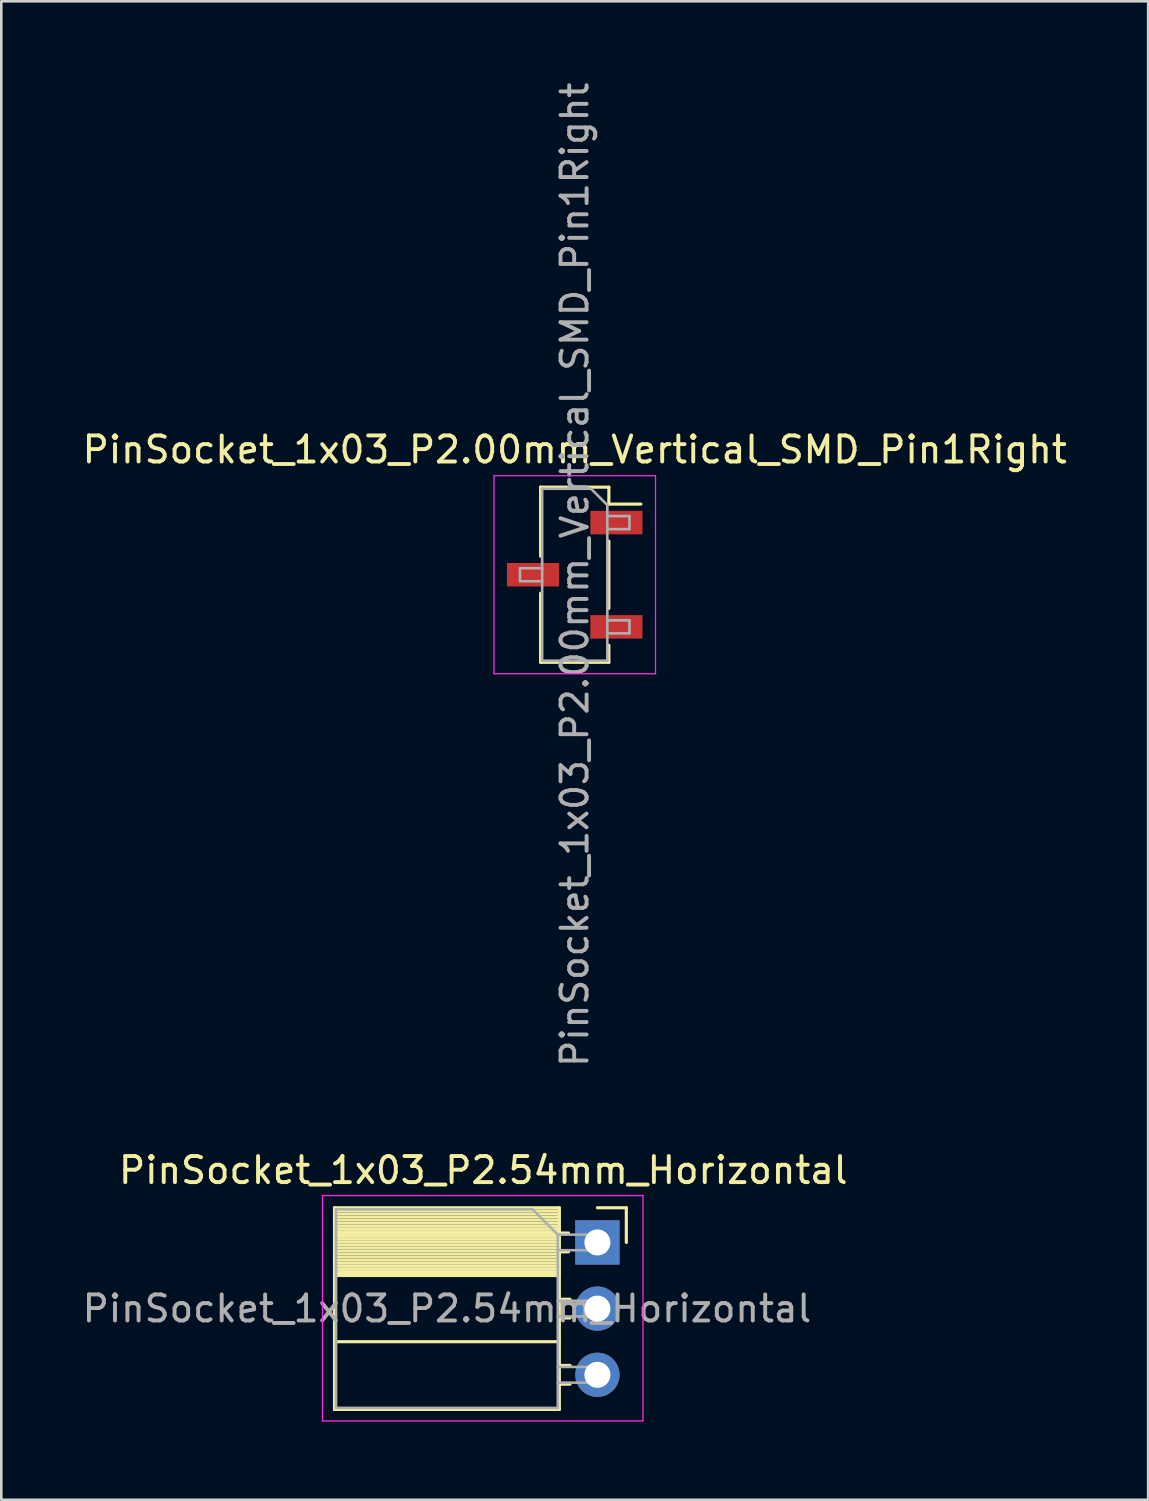
<source format=kicad_pcb>
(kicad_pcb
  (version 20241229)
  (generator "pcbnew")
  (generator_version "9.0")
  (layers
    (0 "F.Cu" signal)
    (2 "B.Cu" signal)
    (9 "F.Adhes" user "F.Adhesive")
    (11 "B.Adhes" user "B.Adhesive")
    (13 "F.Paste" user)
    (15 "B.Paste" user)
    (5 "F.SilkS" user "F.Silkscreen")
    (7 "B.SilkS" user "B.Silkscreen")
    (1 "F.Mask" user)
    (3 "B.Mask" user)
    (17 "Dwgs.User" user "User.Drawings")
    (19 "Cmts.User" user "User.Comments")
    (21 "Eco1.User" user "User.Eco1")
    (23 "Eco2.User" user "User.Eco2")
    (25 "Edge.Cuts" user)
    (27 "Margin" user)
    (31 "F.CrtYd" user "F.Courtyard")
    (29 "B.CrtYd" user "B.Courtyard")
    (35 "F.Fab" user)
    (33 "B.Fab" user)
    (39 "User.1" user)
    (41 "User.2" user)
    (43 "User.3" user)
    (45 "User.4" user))
  (footprint "PinSocket_1x03_P2.54mm_Horizontal"
    (layer "F.Cu")
    (at 19.876 44.63)
    (property "Reference" "PinSocket_1x03_P2.54mm_Horizontal" (at -4.38 -2.77 0) (layer "F.SilkS") (effects (font (size 1 1) (thickness 0.15))))
    (attr through_hole)
    (fp_line (start -10.09 -1.33) (end -10.09 6.41) (stroke (width 0.12) (type solid)) (layer "F.SilkS"))
    (fp_line (start -10.09 -1.33) (end -1.46 -1.33) (stroke (width 0.12) (type solid)) (layer "F.SilkS"))
    (fp_line (start -10.09 -1.21) (end -1.46 -1.21) (stroke (width 0.12) (type solid)) (layer "F.SilkS"))
    (fp_line (start -10.09 -1.092) (end -1.46 -1.092) (stroke (width 0.12) (type solid)) (layer "F.SilkS"))
    (fp_line (start -10.09 -0.974) (end -1.46 -0.974) (stroke (width 0.12) (type solid)) (layer "F.SilkS"))
    (fp_line (start -10.09 -0.856) (end -1.46 -0.856) (stroke (width 0.12) (type solid)) (layer "F.SilkS"))
    (fp_line (start -10.09 -0.738) (end -1.46 -0.738) (stroke (width 0.12) (type solid)) (layer "F.SilkS"))
    (fp_line (start -10.09 -0.62) (end -1.46 -0.62) (stroke (width 0.12) (type solid)) (layer "F.SilkS"))
    (fp_line (start -10.09 -0.501) (end -1.46 -0.501) (stroke (width 0.12) (type solid)) (layer "F.SilkS"))
    (fp_line (start -10.09 -0.383) (end -1.46 -0.383) (stroke (width 0.12) (type solid)) (layer "F.SilkS"))
    (fp_line (start -10.09 -0.265) (end -1.46 -0.265) (stroke (width 0.12) (type solid)) (layer "F.SilkS"))
    (fp_line (start -10.09 -0.147) (end -1.46 -0.147) (stroke (width 0.12) (type solid)) (layer "F.SilkS"))
    (fp_line (start -10.09 -0.029) (end -1.46 -0.029) (stroke (width 0.12) (type solid)) (layer "F.SilkS"))
    (fp_line (start -10.09 0.089) (end -1.46 0.089) (stroke (width 0.12) (type solid)) (layer "F.SilkS"))
    (fp_line (start -10.09 0.207) (end -1.46 0.207) (stroke (width 0.12) (type solid)) (layer "F.SilkS"))
    (fp_line (start -10.09 0.325) (end -1.46 0.325) (stroke (width 0.12) (type solid)) (layer "F.SilkS"))
    (fp_line (start -10.09 0.443) (end -1.46 0.443) (stroke (width 0.12) (type solid)) (layer "F.SilkS"))
    (fp_line (start -10.09 0.561) (end -1.46 0.561) (stroke (width 0.12) (type solid)) (layer "F.SilkS"))
    (fp_line (start -10.09 0.68) (end -1.46 0.68) (stroke (width 0.12) (type solid)) (layer "F.SilkS"))
    (fp_line (start -10.09 0.798) (end -1.46 0.798) (stroke (width 0.12) (type solid)) (layer "F.SilkS"))
    (fp_line (start -10.09 0.916) (end -1.46 0.916) (stroke (width 0.12) (type solid)) (layer "F.SilkS"))
    (fp_line (start -10.09 1.034) (end -1.46 1.034) (stroke (width 0.12) (type solid)) (layer "F.SilkS"))
    (fp_line (start -10.09 1.152) (end -1.46 1.152) (stroke (width 0.12) (type solid)) (layer "F.SilkS"))
    (fp_line (start -10.09 1.27) (end -1.46 1.27) (stroke (width 0.12) (type solid)) (layer "F.SilkS"))
    (fp_line (start -10.09 3.81) (end -1.46 3.81) (stroke (width 0.12) (type solid)) (layer "F.SilkS"))
    (fp_line (start -10.09 6.41) (end -1.46 6.41) (stroke (width 0.12) (type solid)) (layer "F.SilkS"))
    (fp_line (start -1.46 -1.33) (end -1.46 6.41) (stroke (width 0.12) (type solid)) (layer "F.SilkS"))
    (fp_line (start -1.46 -0.36) (end -1.11 -0.36) (stroke (width 0.12) (type solid)) (layer "F.SilkS"))
    (fp_line (start -1.46 0.36) (end -1.11 0.36) (stroke (width 0.12) (type solid)) (layer "F.SilkS"))
    (fp_line (start -1.46 2.18) (end -1.05 2.18) (stroke (width 0.12) (type solid)) (layer "F.SilkS"))
    (fp_line (start -1.46 2.9) (end -1.05 2.9) (stroke (width 0.12) (type solid)) (layer "F.SilkS"))
    (fp_line (start -1.46 4.72) (end -1.05 4.72) (stroke (width 0.12) (type solid)) (layer "F.SilkS"))
    (fp_line (start -1.46 5.44) (end -1.05 5.44) (stroke (width 0.12) (type solid)) (layer "F.SilkS"))
    (fp_line (start 0 -1.33) (end 1.11 -1.33) (stroke (width 0.12) (type solid)) (layer "F.SilkS"))
    (fp_line (start 1.11 -1.33) (end 1.11 0) (stroke (width 0.12) (type solid)) (layer "F.SilkS"))
    (fp_line (start -10.55 -1.8) (end -10.55 6.85) (stroke (width 0.05) (type solid)) (layer "F.CrtYd"))
    (fp_line (start -10.55 6.85) (end 1.75 6.85) (stroke (width 0.05) (type solid)) (layer "F.CrtYd"))
    (fp_line (start 1.75 -1.8) (end -10.55 -1.8) (stroke (width 0.05) (type solid)) (layer "F.CrtYd"))
    (fp_line (start 1.75 6.85) (end 1.75 -1.8) (stroke (width 0.05) (type solid)) (layer "F.CrtYd"))
    (fp_line (start -10.03 -1.27) (end -2.49 -1.27) (stroke (width 0.1) (type solid)) (layer "F.Fab"))
    (fp_line (start -10.03 6.35) (end -10.03 -1.27) (stroke (width 0.1) (type solid)) (layer "F.Fab"))
    (fp_line (start -2.49 -1.27) (end -1.52 -0.3) (stroke (width 0.1) (type solid)) (layer "F.Fab"))
    (fp_line (start -1.52 -0.3) (end -1.52 6.35) (stroke (width 0.1) (type solid)) (layer "F.Fab"))
    (fp_line (start -1.52 0.3) (end 0 0.3) (stroke (width 0.1) (type solid)) (layer "F.Fab"))
    (fp_line (start -1.52 2.84) (end 0 2.84) (stroke (width 0.1) (type solid)) (layer "F.Fab"))
    (fp_line (start -1.52 5.38) (end 0 5.38) (stroke (width 0.1) (type solid)) (layer "F.Fab"))
    (fp_line (start -1.52 6.35) (end -10.03 6.35) (stroke (width 0.1) (type solid)) (layer "F.Fab"))
    (fp_line (start 0 -0.3) (end -1.52 -0.3) (stroke (width 0.1) (type solid)) (layer "F.Fab"))
    (fp_line (start 0 0.3) (end 0 -0.3) (stroke (width 0.1) (type solid)) (layer "F.Fab"))
    (fp_line (start 0 2.24) (end -1.52 2.24) (stroke (width 0.1) (type solid)) (layer "F.Fab"))
    (fp_line (start 0 2.84) (end 0 2.24) (stroke (width 0.1) (type solid)) (layer "F.Fab"))
    (fp_line (start 0 4.78) (end -1.52 4.78) (stroke (width 0.1) (type solid)) (layer "F.Fab"))
    (fp_line (start 0 5.38) (end 0 4.78) (stroke (width 0.1) (type solid)) (layer "F.Fab"))
    (fp_text user "${REFERENCE}" (at -5.775 2.54 0) (layer "F.Fab") (effects (font (size 1 1) (thickness 0.15))))
    (pad "1" thru_hole rect (at 0 0) (size 1.7 1.7) (drill 1) (layers "*.Cu" "*.Mask"))
    (pad "2" thru_hole oval (at 0 2.54) (size 1.7 1.7) (drill 1) (layers "*.Cu" "*.Mask"))
    (pad "3" thru_hole oval (at 0 5.08) (size 1.7 1.7) (drill 1) (layers "*.Cu" "*.Mask")))
  (footprint "PinSocket_1x03_P2.00mm_Vertical_SMD_Pin1Right"
    (layer "F.Cu")
    (at 19.006 19.006)
    (property "Reference" "PinSocket_1x03_P2.00mm_Vertical_SMD_Pin1Right" (at 0 -4.8 0) (layer "F.SilkS") (effects (font (size 1 1) (thickness 0.15))))
    (attr smd)
    (fp_line (start -1.31 -3.36) (end -1.31 -0.71) (stroke (width 0.12) (type solid)) (layer "F.SilkS"))
    (fp_line (start -1.31 -3.36) (end 1.31 -3.36) (stroke (width 0.12) (type solid)) (layer "F.SilkS"))
    (fp_line (start -1.31 0.71) (end -1.31 3.36) (stroke (width 0.12) (type solid)) (layer "F.SilkS"))
    (fp_line (start -1.31 3.36) (end 1.31 3.36) (stroke (width 0.12) (type solid)) (layer "F.SilkS"))
    (fp_line (start 1.31 -3.36) (end 1.31 -2.71) (stroke (width 0.12) (type solid)) (layer "F.SilkS"))
    (fp_line (start 1.31 -2.71) (end 2.54 -2.71) (stroke (width 0.12) (type solid)) (layer "F.SilkS"))
    (fp_line (start 1.31 -1.29) (end 1.31 1.29) (stroke (width 0.12) (type solid)) (layer "F.SilkS"))
    (fp_line (start 1.31 2.71) (end 1.31 3.36) (stroke (width 0.12) (type solid)) (layer "F.SilkS"))
    (fp_line (start -3.1 -3.8) (end 3.1 -3.8) (stroke (width 0.05) (type solid)) (layer "F.CrtYd"))
    (fp_line (start -3.1 3.8) (end -3.1 -3.8) (stroke (width 0.05) (type solid)) (layer "F.CrtYd"))
    (fp_line (start 3.1 -3.8) (end 3.1 3.8) (stroke (width 0.05) (type solid)) (layer "F.CrtYd"))
    (fp_line (start 3.1 3.8) (end -3.1 3.8) (stroke (width 0.05) (type solid)) (layer "F.CrtYd"))
    (fp_line (start -2.1 -0.25) (end -1.25 -0.25) (stroke (width 0.1) (type solid)) (layer "F.Fab"))
    (fp_line (start -2.1 0.25) (end -2.1 -0.25) (stroke (width 0.1) (type solid)) (layer "F.Fab"))
    (fp_line (start -1.25 -3.3) (end 0.625 -3.3) (stroke (width 0.1) (type solid)) (layer "F.Fab"))
    (fp_line (start -1.25 0.25) (end -2.1 0.25) (stroke (width 0.1) (type solid)) (layer "F.Fab"))
    (fp_line (start -1.25 3.3) (end -1.25 -3.3) (stroke (width 0.1) (type solid)) (layer "F.Fab"))
    (fp_line (start 0.625 -3.3) (end 1.25 -2.675) (stroke (width 0.1) (type solid)) (layer "F.Fab"))
    (fp_line (start 1.25 -2.675) (end 1.25 3.3) (stroke (width 0.1) (type solid)) (layer "F.Fab"))
    (fp_line (start 1.25 -2.25) (end 2.1 -2.25) (stroke (width 0.1) (type solid)) (layer "F.Fab"))
    (fp_line (start 1.25 1.75) (end 2.1 1.75) (stroke (width 0.1) (type solid)) (layer "F.Fab"))
    (fp_line (start 1.25 3.3) (end -1.25 3.3) (stroke (width 0.1) (type solid)) (layer "F.Fab"))
    (fp_line (start 2.1 -2.25) (end 2.1 -1.75) (stroke (width 0.1) (type solid)) (layer "F.Fab"))
    (fp_line (start 2.1 -1.75) (end 1.25 -1.75) (stroke (width 0.1) (type solid)) (layer "F.Fab"))
    (fp_line (start 2.1 1.75) (end 2.1 2.25) (stroke (width 0.1) (type solid)) (layer "F.Fab"))
    (fp_line (start 2.1 2.25) (end 1.25 2.25) (stroke (width 0.1) (type solid)) (layer "F.Fab"))
    (fp_text user "${REFERENCE}" (at 0 0 90) (layer "F.Fab") (effects (font (size 1 1) (thickness 0.15))))
    (pad "1" smd rect (at 1.6 -2) (size 2 0.9) (layers "F.Cu" "F.Mask" "F.Paste"))
    (pad "2" smd rect (at -1.6 0) (size 2 0.9) (layers "F.Cu" "F.Mask" "F.Paste"))
    (pad "3" smd rect (at 1.6 2) (size 2 0.9) (layers "F.Cu" "F.Mask" "F.Paste")))
  (gr_rect
    (start -3 -3)
    (end 41.012 54.505)
    (stroke (width 0.1) (type default))
    (fill no)
    (layer "Edge.Cuts")))
</source>
